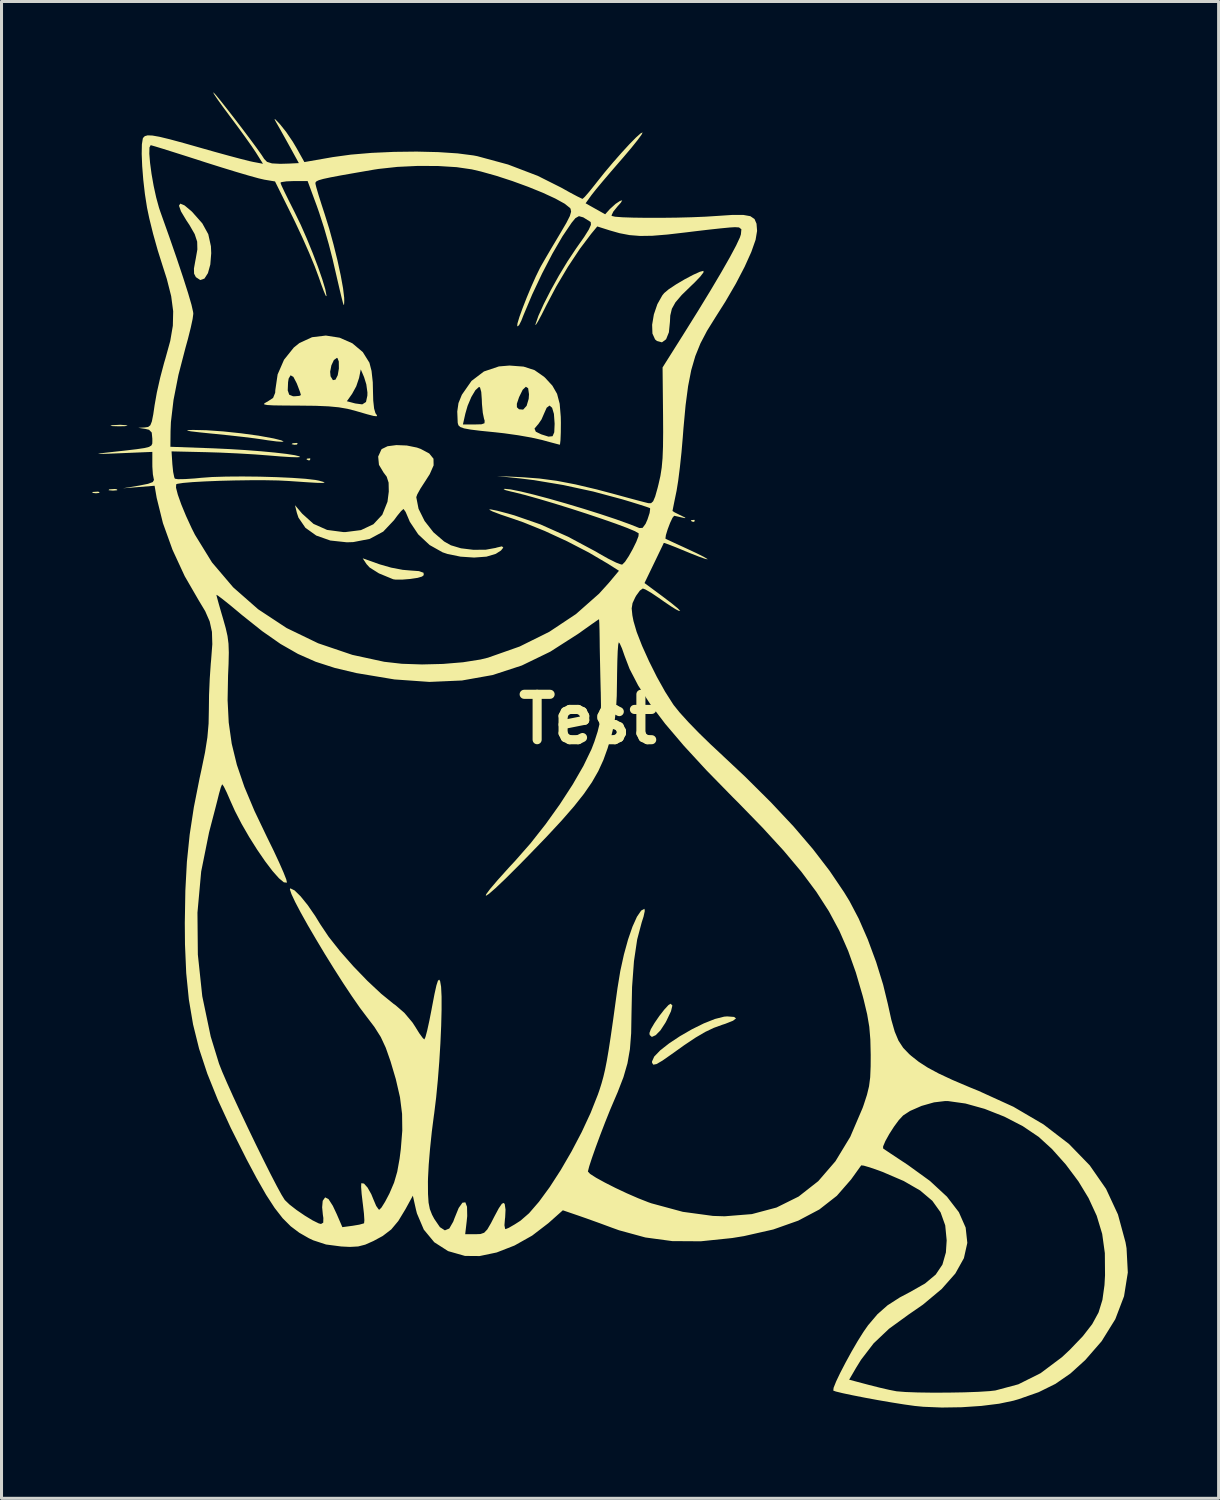
<source format=kicad_pcb>
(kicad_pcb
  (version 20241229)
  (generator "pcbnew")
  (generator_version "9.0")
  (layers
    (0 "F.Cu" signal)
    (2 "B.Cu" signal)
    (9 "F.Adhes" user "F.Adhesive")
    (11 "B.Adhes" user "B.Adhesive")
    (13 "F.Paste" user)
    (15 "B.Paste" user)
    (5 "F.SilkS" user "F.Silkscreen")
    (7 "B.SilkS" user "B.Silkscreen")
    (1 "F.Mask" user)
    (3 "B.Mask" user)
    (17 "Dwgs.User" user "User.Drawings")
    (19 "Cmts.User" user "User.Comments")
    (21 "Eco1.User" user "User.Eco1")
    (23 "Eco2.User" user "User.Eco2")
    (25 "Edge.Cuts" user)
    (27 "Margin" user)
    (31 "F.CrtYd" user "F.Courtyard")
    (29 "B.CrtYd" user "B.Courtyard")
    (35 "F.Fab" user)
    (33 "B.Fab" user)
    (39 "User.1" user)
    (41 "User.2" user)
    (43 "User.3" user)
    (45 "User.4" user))
  (footprint "Test"
    (layer "F.Cu")
    (at 16.376 20.712)
    (property "Reference" "Test" (at 0 0 0) (layer "F.SilkS") (effects (font (size 1.5 1.5) (thickness 0.3))))
    (attr board_only exclude_from_pos_files exclude_from_bom)
    (fp_poly (pts (xy -16.15 -7.507) (xy -16.14 -7.476) (xy -16.256 -7.464) (xy -16.376 -7.477) (xy -16.362 -7.507) (xy -16.188 -7.518)) (stroke (width 0) (type solid)) (fill yes) (layer "F.SilkS"))
    (fp_poly (pts (xy -9.59 -9.11) (xy -9.616 -9.072) (xy -9.701 -9.066) (xy -9.792 -9.087) (xy -9.753 -9.117) (xy -9.62 -9.127)) (stroke (width 0) (type solid)) (fill yes) (layer "F.SilkS"))
    (fp_poly (pts (xy -9.172 -8.608) (xy -9.184 -8.557) (xy -9.229 -8.551) (xy -9.298 -8.582) (xy -9.285 -8.608) (xy -9.185 -8.618)) (stroke (width 0) (type solid)) (fill yes) (layer "F.SilkS"))
    (fp_poly (pts (xy 3.528 -6.576) (xy 3.516 -6.525) (xy 3.471 -6.519) (xy 3.402 -6.55) (xy 3.415 -6.576) (xy 3.515 -6.586)) (stroke (width 0) (type solid)) (fill yes) (layer "F.SilkS"))
    (fp_poly (pts (xy -15.556 -7.591) (xy -15.553 -7.563) (xy -15.686 -7.552) (xy -15.706 -7.552) (xy -15.837 -7.564) (xy -15.824 -7.59) (xy -15.81 -7.594) (xy -15.625 -7.606)) (stroke (width 0) (type solid)) (fill yes) (layer "F.SilkS"))
    (fp_poly (pts (xy -15.261 -9.713) (xy -15.209 -9.694) (xy -15.305 -9.681) (xy -15.494 -9.677) (xy -15.703 -9.683) (xy -15.781 -9.696) (xy -15.727 -9.713) (xy -15.453 -9.727)) (stroke (width 0) (type solid)) (fill yes) (layer "F.SilkS"))
    (fp_poly (pts (xy 2.79 9.461) (xy 2.744 9.651) (xy 2.593 9.969) (xy 2.559 10.032) (xy 2.396 10.281) (xy 2.239 10.441) (xy 2.112 10.499) (xy 2.04 10.436) (xy 2.032 10.37) (xy 2.079 10.241) (xy 2.2 10.038) (xy 2.359 9.806) (xy 2.525 9.593) (xy 2.663 9.444) (xy 2.731 9.402)) (stroke (width 0) (type solid)) (fill yes) (layer "F.SilkS"))
    (fp_poly (pts (xy -6.875 -5.114) (xy -6.502 -5.007) (xy -6.119 -4.934) (xy -5.863 -4.912) (xy -5.584 -4.892) (xy -5.432 -4.838) (xy -5.425 -4.759) (xy -5.482 -4.712) (xy -5.628 -4.669) (xy -5.87 -4.633) (xy -6.137 -4.611) (xy -6.356 -4.611) (xy -6.435 -4.623) (xy -6.905 -4.817) (xy -7.212 -5.01) (xy -7.317 -5.125) (xy -7.442 -5.315)) (stroke (width 0) (type solid)) (fill yes) (layer "F.SilkS"))
    (fp_poly (pts (xy -12.606 -9.547) (xy -12.052 -9.508) (xy -11.457 -9.445) (xy -10.885 -9.367) (xy -10.396 -9.278) (xy -10.372 -9.273) (xy -10.136 -9.214) (xy -10.054 -9.177) (xy -10.11 -9.165) (xy -10.291 -9.177) (xy -10.582 -9.215) (xy -10.753 -9.242) (xy -11.014 -9.279) (xy -11.395 -9.326) (xy -11.849 -9.377) (xy -12.327 -9.426) (xy -12.404 -9.433) (xy -12.845 -9.478) (xy -13.123 -9.511) (xy -13.245 -9.535) (xy -13.216 -9.55) (xy -13.056 -9.557)) (stroke (width 0) (type solid)) (fill yes) (layer "F.SilkS"))
    (fp_poly (pts (xy -13.332 -16.977) (xy -13.1 -16.783) (xy -13.074 -16.757) (xy -12.742 -16.382) (xy -12.544 -16.022) (xy -12.457 -15.626) (xy -12.447 -15.397) (xy -12.477 -15.023) (xy -12.556 -14.737) (xy -12.671 -14.558) (xy -12.809 -14.509) (xy -12.954 -14.605) (xy -13.013 -14.719) (xy -13.018 -14.888) (xy -12.969 -15.162) (xy -12.961 -15.2) (xy -12.905 -15.52) (xy -12.911 -15.777) (xy -12.993 -16.027) (xy -13.165 -16.326) (xy -13.269 -16.482) (xy -13.446 -16.778) (xy -13.512 -16.965) (xy -13.471 -17.034)) (stroke (width 0) (type solid)) (fill yes) (layer "F.SilkS"))
    (fp_poly (pts (xy 4.828 9.838) (xy 4.893 9.886) (xy 4.795 9.963) (xy 4.536 10.066) (xy 4.442 10.096) (xy 4.159 10.199) (xy 3.877 10.333) (xy 3.563 10.517) (xy 3.181 10.772) (xy 2.764 11.07) (xy 2.461 11.282) (xy 2.267 11.395) (xy 2.16 11.416) (xy 2.119 11.353) (xy 2.117 11.31) (xy 2.19 11.148) (xy 2.39 10.941) (xy 2.685 10.71) (xy 3.044 10.472) (xy 3.436 10.246) (xy 3.83 10.051) (xy 4.195 9.906) (xy 4.5 9.829) (xy 4.599 9.821)) (stroke (width 0) (type solid)) (fill yes) (layer "F.SilkS"))
    (fp_poly (pts (xy 3.816 -14.759) (xy 3.708 -14.619) (xy 3.516 -14.419) (xy 3.418 -14.326) (xy 3.1 -14.017) (xy 2.892 -13.774) (xy 2.773 -13.56) (xy 2.72 -13.337) (xy 2.709 -13.123) (xy 2.675 -12.782) (xy 2.582 -12.552) (xy 2.445 -12.451) (xy 2.279 -12.496) (xy 2.218 -12.548) (xy 2.131 -12.741) (xy 2.121 -13.032) (xy 2.178 -13.372) (xy 2.294 -13.712) (xy 2.458 -14.003) (xy 2.52 -14.079) (xy 2.671 -14.206) (xy 2.913 -14.366) (xy 3.196 -14.533) (xy 3.475 -14.681) (xy 3.701 -14.783) (xy 3.818 -14.813)) (stroke (width 0) (type solid)) (fill yes) (layer "F.SilkS"))
    (fp_poly (pts (xy -5.985 -9.042) (xy -5.651 -8.974) (xy -5.525 -8.929) (xy -5.244 -8.779) (xy -5.103 -8.606) (xy -5.099 -8.386) (xy -5.227 -8.095) (xy -5.376 -7.862) (xy -5.533 -7.62) (xy -5.64 -7.426) (xy -5.672 -7.335) (xy -5.597 -6.951) (xy -5.397 -6.548) (xy -5.104 -6.174) (xy -4.751 -5.871) (xy -4.53 -5.746) (xy -4.196 -5.646) (xy -3.786 -5.596) (xy -3.376 -5.599) (xy -3.041 -5.66) (xy -3.011 -5.671) (xy -2.841 -5.71) (xy -2.797 -5.668) (xy -2.873 -5.573) (xy -3.044 -5.463) (xy -3.353 -5.37) (xy -3.762 -5.34) (xy -4.211 -5.37) (xy -4.643 -5.459) (xy -4.803 -5.513) (xy -5.231 -5.754) (xy -5.608 -6.107) (xy -5.884 -6.52) (xy -5.944 -6.662) (xy -6.024 -6.848) (xy -6.089 -6.94) (xy -6.097 -6.943) (xy -6.17 -6.879) (xy -6.303 -6.717) (xy -6.408 -6.574) (xy -6.764 -6.197) (xy -7.209 -5.957) (xy -7.753 -5.851) (xy -7.964 -5.844) (xy -8.513 -5.903) (xy -8.977 -6.067) (xy -9.335 -6.323) (xy -9.565 -6.66) (xy -9.617 -6.816) (xy -9.679 -7.07) (xy -9.443 -6.791) (xy -9.068 -6.453) (xy -8.619 -6.253) (xy -8.074 -6.181) (xy -8.017 -6.181) (xy -7.499 -6.247) (xy -7.089 -6.44) (xy -6.795 -6.754) (xy -6.623 -7.184) (xy -6.58 -7.52) (xy -6.586 -7.815) (xy -6.65 -8.013) (xy -6.752 -8.148) (xy -6.905 -8.404) (xy -6.931 -8.676) (xy -6.826 -8.908) (xy -6.81 -8.926) (xy -6.621 -9.018) (xy -6.327 -9.056)) (stroke (width 0) (type solid)) (fill yes) (layer "F.SilkS"))
    (fp_poly (pts (xy -8.204 -12.604) (xy -7.784 -12.419) (xy -7.439 -12.129) (xy -7.22 -11.778) (xy -7.15 -11.507) (xy -7.109 -11.131) (xy -7.103 -10.85) (xy -7.094 -10.526) (xy -7.065 -10.263) (xy -7.021 -10.111) (xy -7.016 -10.104) (xy -6.968 -10.037) (xy -6.982 -10.008) (xy -7.083 -10.019) (xy -7.294 -10.074) (xy -7.642 -10.175) (xy -7.662 -10.181) (xy -7.943 -10.254) (xy -8.232 -10.304) (xy -8.57 -10.336) (xy -8.997 -10.354) (xy -9.554 -10.36) (xy -9.556 -10.36) (xy -10.046 -10.363) (xy -10.387 -10.368) (xy -10.596 -10.38) (xy -10.694 -10.399) (xy -10.699 -10.428) (xy -10.631 -10.471) (xy -10.593 -10.489) (xy -10.569 -10.505) (xy -7.965 -10.505) (xy -7.687 -10.431) (xy -7.457 -10.401) (xy -7.333 -10.48) (xy -7.288 -10.691) (xy -7.286 -10.795) (xy -7.323 -11.064) (xy -7.397 -11.303) (xy -7.506 -11.557) (xy -7.562 -11.275) (xy -7.655 -10.999) (xy -7.792 -10.749) (xy -7.965 -10.505) (xy -10.569 -10.505) (xy -10.403 -10.614) (xy -10.334 -10.784) (xy -10.33 -10.862) (xy -9.919 -10.862) (xy -9.87 -10.72) (xy -9.745 -10.67) (xy -9.694 -10.668) (xy -9.535 -10.682) (xy -9.483 -10.709) (xy -9.511 -10.805) (xy -9.584 -11) (xy -9.621 -11.095) (xy -9.732 -11.309) (xy -9.825 -11.362) (xy -9.889 -11.253) (xy -9.908 -11.134) (xy -9.919 -10.862) (xy -10.33 -10.862) (xy -10.329 -10.874) (xy -10.253 -11.391) (xy -10.214 -11.48) (xy -8.518 -11.48) (xy -8.504 -11.329) (xy -8.426 -11.201) (xy -8.34 -11.219) (xy -8.267 -11.364) (xy -8.229 -11.585) (xy -8.232 -11.819) (xy -8.277 -11.933) (xy -8.295 -11.938) (xy -8.395 -11.865) (xy -8.477 -11.69) (xy -8.518 -11.48) (xy -10.214 -11.48) (xy -10.042 -11.875) (xy -9.719 -12.278) (xy -9.533 -12.428) (xy -9.116 -12.62) (xy -8.66 -12.675)) (stroke (width 0) (type solid)) (fill yes) (layer "F.SilkS"))
    (fp_poly (pts (xy -2.126 -11.649) (xy -1.764 -11.532) (xy -1.45 -11.313) (xy -1.411 -11.276) (xy -1.174 -11.018) (xy -1.02 -10.749) (xy -0.934 -10.422) (xy -0.898 -9.992) (xy -0.894 -9.8) (xy -0.897 -9.471) (xy -0.907 -9.219) (xy -0.923 -9.082) (xy -0.931 -9.068) (xy -1.028 -9.093) (xy -1.243 -9.15) (xy -1.529 -9.228) (xy -1.539 -9.23) (xy -1.868 -9.304) (xy -2.3 -9.38) (xy -2.769 -9.446) (xy -3.063 -9.479) (xy -3.54 -9.527) (xy -3.875 -9.568) (xy -4.056 -9.601) (xy -1.766 -9.601) (xy -1.722 -9.498) (xy -1.545 -9.412) (xy -1.303 -9.335) (xy -1.169 -9.349) (xy -1.113 -9.478) (xy -1.101 -9.748) (xy -1.101 -9.769) (xy -1.124 -10.087) (xy -1.184 -10.289) (xy -1.268 -10.362) (xy -1.363 -10.291) (xy -1.436 -10.128) (xy -1.534 -9.903) (xy -1.644 -9.743) (xy -1.655 -9.733) (xy -1.766 -9.601) (xy -4.056 -9.601) (xy -4.093 -9.608) (xy -4.219 -9.653) (xy -4.28 -9.711) (xy -4.287 -9.737) (xy -4.131 -9.737) (xy -3.749 -9.737) (xy -3.517 -9.743) (xy -3.418 -9.778) (xy -3.413 -9.863) (xy -3.434 -9.927) (xy -3.474 -10.122) (xy -3.501 -10.405) (xy -3.502 -10.42) (xy -2.349 -10.42) (xy -2.347 -10.306) (xy -2.279 -10.239) (xy -2.141 -10.228) (xy -2.026 -10.353) (xy -1.958 -10.583) (xy -1.947 -10.734) (xy -1.976 -10.935) (xy -2.051 -10.983) (xy -2.156 -10.884) (xy -2.274 -10.643) (xy -2.278 -10.633) (xy -2.349 -10.42) (xy -3.502 -10.42) (xy -3.507 -10.562) (xy -3.525 -10.812) (xy -3.565 -10.958) (xy -3.598 -10.979) (xy -3.719 -10.869) (xy -3.853 -10.644) (xy -3.976 -10.353) (xy -4.05 -10.097) (xy -4.131 -9.737) (xy -4.287 -9.737) (xy -4.302 -9.787) (xy -4.303 -9.801) (xy -4.318 -10.165) (xy -4.278 -10.443) (xy -4.17 -10.709) (xy -4.163 -10.723) (xy -3.847 -11.176) (xy -3.437 -11.488) (xy -2.942 -11.655) (xy -2.592 -11.684)) (stroke (width 0) (type solid)) (fill yes) (layer "F.SilkS"))
    (fp_poly (pts (xy -12.376 -20.71) (xy -12.297 -20.627) (xy -12.139 -20.435) (xy -11.926 -20.165) (xy -11.677 -19.845) (xy -11.417 -19.504) (xy -11.166 -19.171) (xy -10.947 -18.874) (xy -10.782 -18.642) (xy -10.695 -18.508) (xy -10.604 -18.414) (xy -10.439 -18.363) (xy -10.165 -18.349) (xy -9.877 -18.357) (xy -9.552 -18.373) (xy -9.856 -18.926) (xy -10.027 -19.234) (xy -10.184 -19.514) (xy -10.294 -19.707) (xy -10.296 -19.709) (xy -10.357 -19.824) (xy -10.331 -19.82) (xy -10.208 -19.693) (xy -10.163 -19.643) (xy -9.969 -19.399) (xy -9.757 -19.087) (xy -9.632 -18.877) (xy -9.369 -18.407) (xy -8.431 -18.571) (xy -7.833 -18.653) (xy -7.145 -18.711) (xy -6.407 -18.744) (xy -5.66 -18.753) (xy -4.946 -18.736) (xy -4.306 -18.694) (xy -3.78 -18.626) (xy -3.656 -18.602) (xy -2.639 -18.326) (xy -1.659 -17.952) (xy -0.888 -17.565) (xy -0.59 -17.399) (xy -0.349 -17.271) (xy -0.202 -17.2) (xy -0.176 -17.192) (xy -0.105 -17.257) (xy 0.04 -17.424) (xy 0.231 -17.662) (xy 0.284 -17.73) (xy 0.543 -18.055) (xy 0.825 -18.39) (xy 1.108 -18.712) (xy 1.369 -18.996) (xy 1.588 -19.219) (xy 1.742 -19.356) (xy 1.807 -19.387) (xy 1.771 -19.311) (xy 1.64 -19.133) (xy 1.434 -18.876) (xy 1.171 -18.565) (xy 1.064 -18.442) (xy 0.762 -18.093) (xy 0.486 -17.769) (xy 0.263 -17.501) (xy 0.12 -17.32) (xy 0.1 -17.293) (xy -0.077 -17.045) (xy 0.246 -16.863) (xy 0.569 -16.682) (xy 0.728 -16.858) (xy 0.913 -17.026) (xy 1.057 -17.121) (xy 1.133 -17.144) (xy 1.088 -17.066) (xy 0.98 -16.945) (xy 0.84 -16.773) (xy 0.781 -16.651) (xy 0.786 -16.627) (xy 0.894 -16.602) (xy 1.141 -16.583) (xy 1.498 -16.571) (xy 1.935 -16.565) (xy 2.423 -16.565) (xy 2.931 -16.571) (xy 3.43 -16.584) (xy 3.89 -16.603) (xy 4.28 -16.628) (xy 4.778 -16.661) (xy 5.132 -16.661) (xy 5.366 -16.619) (xy 5.504 -16.525) (xy 5.57 -16.372) (xy 5.588 -16.148) (xy 5.588 -16.128) (xy 5.539 -15.838) (xy 5.398 -15.437) (xy 5.177 -14.947) (xy 4.888 -14.392) (xy 4.541 -13.796) (xy 4.205 -13.266) (xy 3.935 -12.832) (xy 3.718 -12.418) (xy 3.547 -11.995) (xy 3.413 -11.533) (xy 3.309 -11.001) (xy 3.226 -10.37) (xy 3.156 -9.609) (xy 3.134 -9.32) (xy 3.091 -8.82) (xy 3.038 -8.322) (xy 2.982 -7.878) (xy 2.928 -7.542) (xy 2.919 -7.5) (xy 2.858 -7.205) (xy 2.814 -6.984) (xy 2.794 -6.882) (xy 2.794 -6.879) (xy 2.862 -6.834) (xy 3.03 -6.75) (xy 3.069 -6.732) (xy 3.217 -6.658) (xy 3.211 -6.641) (xy 3.133 -6.657) (xy 2.945 -6.7) (xy 2.849 -6.72) (xy 2.794 -6.654) (xy 2.715 -6.486) (xy 2.635 -6.275) (xy 2.576 -6.083) (xy 2.56 -5.969) (xy 2.565 -5.961) (xy 2.644 -5.922) (xy 2.843 -5.829) (xy 3.124 -5.7) (xy 3.282 -5.627) (xy 3.586 -5.485) (xy 3.817 -5.369) (xy 3.941 -5.296) (xy 3.954 -5.28) (xy 3.869 -5.299) (xy 3.665 -5.371) (xy 3.378 -5.484) (xy 3.221 -5.549) (xy 2.91 -5.677) (xy 2.667 -5.772) (xy 2.527 -5.821) (xy 2.506 -5.823) (xy 2.468 -5.741) (xy 2.373 -5.544) (xy 2.24 -5.267) (xy 2.183 -5.149) (xy 1.869 -4.498) (xy 2.459 -4.061) (xy 2.771 -3.824) (xy 2.97 -3.66) (xy 3.049 -3.577) (xy 2.999 -3.581) (xy 2.9 -3.631) (xy 2.753 -3.723) (xy 2.525 -3.877) (xy 2.329 -4.015) (xy 2.09 -4.175) (xy 1.9 -4.285) (xy 1.813 -4.318) (xy 1.717 -4.25) (xy 1.594 -4.081) (xy 1.562 -4.024) (xy 1.474 -3.835) (xy 1.445 -3.66) (xy 1.468 -3.431) (xy 1.505 -3.241) (xy 1.61 -2.881) (xy 1.788 -2.425) (xy 2.018 -1.915) (xy 2.278 -1.395) (xy 2.549 -0.909) (xy 2.809 -0.501) (xy 2.835 -0.463) (xy 3.031 -0.22) (xy 3.321 0.1) (xy 3.672 0.461) (xy 4.049 0.828) (xy 4.205 0.973) (xy 5.193 1.9) (xy 6.05 2.752) (xy 6.793 3.544) (xy 7.433 4.292) (xy 7.985 5.011) (xy 8.462 5.717) (xy 8.642 6.011) (xy 8.945 6.588) (xy 9.246 7.277) (xy 9.522 8.023) (xy 9.753 8.77) (xy 9.907 9.402) (xy 10.024 9.931) (xy 10.137 10.327) (xy 10.262 10.624) (xy 10.415 10.858) (xy 10.611 11.063) (xy 10.678 11.122) (xy 10.934 11.324) (xy 11.229 11.514) (xy 11.59 11.708) (xy 12.044 11.92) (xy 12.62 12.165) (xy 12.908 12.282) (xy 14.059 12.807) (xy 15.053 13.39) (xy 15.892 14.034) (xy 16.58 14.743) (xy 17.119 15.519) (xy 17.512 16.365) (xy 17.762 17.285) (xy 17.796 17.479) (xy 17.838 18.283) (xy 17.713 19.067) (xy 17.424 19.826) (xy 16.972 20.554) (xy 16.432 21.175) (xy 15.944 21.618) (xy 15.447 21.962) (xy 14.893 22.236) (xy 14.231 22.468) (xy 14.055 22.519) (xy 13.583 22.618) (xy 12.996 22.691) (xy 12.348 22.734) (xy 11.693 22.744) (xy 11.082 22.719) (xy 10.795 22.691) (xy 10.446 22.642) (xy 10.033 22.576) (xy 9.59 22.5) (xy 9.151 22.419) (xy 8.749 22.34) (xy 8.418 22.27) (xy 8.192 22.215) (xy 8.106 22.184) (xy 8.117 22.091) (xy 8.199 21.886) (xy 8.228 21.824) (xy 8.631 21.824) (xy 9.29 21.999) (xy 9.639 22.087) (xy 9.955 22.16) (xy 10.18 22.204) (xy 10.202 22.208) (xy 10.489 22.231) (xy 10.899 22.246) (xy 11.389 22.253) (xy 11.917 22.251) (xy 12.436 22.242) (xy 12.905 22.225) (xy 13.279 22.201) (xy 13.462 22.18) (xy 14.22 21.977) (xy 14.956 21.609) (xy 15.663 21.079) (xy 15.921 20.837) (xy 16.352 20.387) (xy 16.661 19.989) (xy 16.871 19.603) (xy 16.999 19.187) (xy 17.067 18.699) (xy 17.085 18.373) (xy 17.079 17.642) (xy 16.991 17.006) (xy 16.81 16.407) (xy 16.54 15.822) (xy 16.207 15.273) (xy 15.789 14.714) (xy 15.332 14.202) (xy 14.892 13.801) (xy 14.366 13.446) (xy 13.755 13.131) (xy 13.108 12.876) (xy 12.474 12.699) (xy 11.902 12.619) (xy 11.805 12.617) (xy 11.435 12.661) (xy 11.023 12.778) (xy 10.644 12.944) (xy 10.414 13.094) (xy 10.274 13.244) (xy 10.112 13.464) (xy 9.954 13.711) (xy 9.826 13.942) (xy 9.753 14.115) (xy 9.752 14.183) (xy 9.83 14.237) (xy 10.019 14.364) (xy 10.291 14.544) (xy 10.569 14.728) (xy 11.3 15.257) (xy 11.862 15.777) (xy 12.256 16.29) (xy 12.48 16.798) (xy 12.535 17.304) (xy 12.422 17.809) (xy 12.139 18.316) (xy 11.688 18.827) (xy 11.068 19.345) (xy 10.583 19.68) (xy 9.947 20.142) (xy 9.439 20.624) (xy 9.022 21.168) (xy 8.859 21.432) (xy 8.631 21.824) (xy 8.228 21.824) (xy 8.336 21.598) (xy 8.512 21.259) (xy 8.708 20.9) (xy 8.91 20.553) (xy 9.101 20.248) (xy 9.253 20.03) (xy 9.566 19.661) (xy 9.899 19.367) (xy 10.307 19.105) (xy 10.638 18.93) (xy 11.138 18.646) (xy 11.49 18.352) (xy 11.713 18.02) (xy 11.827 17.621) (xy 11.853 17.221) (xy 11.805 16.725) (xy 11.651 16.294) (xy 11.379 15.914) (xy 10.977 15.573) (xy 10.433 15.259) (xy 9.734 14.959) (xy 9.586 14.904) (xy 9.314 14.81) (xy 9.115 14.752) (xy 9.03 14.742) (xy 8.972 14.822) (xy 8.844 15) (xy 8.695 15.208) (xy 8.224 15.748) (xy 7.646 16.2) (xy 6.949 16.569) (xy 6.123 16.861) (xy 5.155 17.08) (xy 4.763 17.144) (xy 3.728 17.251) (xy 2.786 17.245) (xy 1.898 17.125) (xy 1.027 16.887) (xy 0.77 16.794) (xy 0.383 16.651) (xy -0.037 16.5) (xy -0.309 16.405) (xy -0.829 16.227) (xy -1.308 16.653) (xy -1.844 17.064) (xy -2.426 17.391) (xy -3.016 17.621) (xy -3.58 17.739) (xy -4.062 17.735) (xy -4.62 17.576) (xy -5.077 17.283) (xy -5.423 16.865) (xy -5.65 16.331) (xy -5.682 16.205) (xy -5.785 15.744) (xy -6.028 16.188) (xy -6.265 16.58) (xy -6.499 16.86) (xy -6.781 17.076) (xy -7.088 17.242) (xy -7.358 17.362) (xy -7.592 17.422) (xy -7.862 17.437) (xy -8.151 17.423) (xy -8.654 17.357) (xy -9.081 17.217) (xy -9.221 17.15) (xy -9.537 16.969) (xy -9.82 16.756) (xy -10.086 16.49) (xy -10.351 16.15) (xy -10.633 15.716) (xy -10.948 15.164) (xy -11.273 14.554) (xy -11.798 13.511) (xy -12.23 12.574) (xy -12.577 11.711) (xy -12.847 10.892) (xy -13.047 10.086) (xy -13.186 9.263) (xy -13.273 8.392) (xy -13.314 7.443) (xy -13.32 6.731) (xy -13.314 6.393) (xy -12.902 6.393) (xy -12.889 7.778) (xy -12.743 9.154) (xy -12.464 10.487) (xy -12.189 11.383) (xy -12.085 11.647) (xy -11.925 12.017) (xy -11.722 12.468) (xy -11.487 12.974) (xy -11.234 13.508) (xy -10.975 14.046) (xy -10.721 14.562) (xy -10.487 15.029) (xy -10.283 15.422) (xy -10.124 15.714) (xy -10.02 15.881) (xy -10.013 15.89) (xy -9.859 16.038) (xy -9.624 16.22) (xy -9.354 16.404) (xy -9.096 16.561) (xy -8.895 16.66) (xy -8.819 16.679) (xy -8.746 16.635) (xy -8.742 16.48) (xy -8.758 16.379) (xy -8.782 16.127) (xy -8.764 15.92) (xy -8.76 15.909) (xy -8.683 15.8) (xy -8.572 15.857) (xy -8.429 16.08) (xy -8.3 16.354) (xy -8.114 16.784) (xy -7.776 16.739) (xy -7.552 16.701) (xy -7.412 16.662) (xy -7.396 16.653) (xy -7.387 16.555) (xy -7.401 16.335) (xy -7.435 16.037) (xy -7.441 15.992) (xy -7.477 15.687) (xy -7.494 15.454) (xy -7.489 15.337) (xy -7.487 15.332) (xy -7.4 15.344) (xy -7.281 15.477) (xy -7.158 15.696) (xy -7.085 15.875) (xy -6.997 16.082) (xy -6.915 16.198) (xy -6.892 16.208) (xy -6.82 16.134) (xy -6.703 15.946) (xy -6.564 15.682) (xy -6.551 15.654) (xy -6.405 15.312) (xy -6.301 14.954) (xy -6.223 14.52) (xy -6.183 14.205) (xy -6.134 13.594) (xy -6.141 13.041) (xy -6.21 12.492) (xy -6.348 11.893) (xy -6.524 11.301) (xy -6.68 10.856) (xy -6.844 10.503) (xy -7.055 10.169) (xy -7.303 9.843) (xy -7.533 9.538) (xy -7.799 9.155) (xy -8.09 8.717) (xy -8.393 8.242) (xy -8.697 7.752) (xy -8.988 7.266) (xy -9.257 6.806) (xy -9.489 6.391) (xy -9.673 6.042) (xy -9.796 5.779) (xy -9.848 5.623) (xy -9.834 5.588) (xy -9.693 5.658) (xy -9.495 5.852) (xy -9.259 6.144) (xy -9.009 6.507) (xy -8.846 6.773) (xy -8.569 7.187) (xy -8.193 7.663) (xy -7.754 8.162) (xy -7.288 8.645) (xy -6.832 9.072) (xy -6.423 9.405) (xy -6.35 9.457) (xy -6.064 9.705) (xy -5.798 10.022) (xy -5.715 10.149) (xy -5.571 10.38) (xy -5.456 10.537) (xy -5.405 10.582) (xy -5.369 10.504) (xy -5.312 10.291) (xy -5.242 9.973) (xy -5.165 9.582) (xy -5.154 9.521) (xy -5.07 9.082) (xy -5.006 8.795) (xy -4.956 8.642) (xy -4.915 8.606) (xy -4.885 8.653) (xy -4.852 8.84) (xy -4.836 9.168) (xy -4.836 9.608) (xy -4.849 10.132) (xy -4.875 10.712) (xy -4.912 11.319) (xy -4.96 11.927) (xy -5.016 12.506) (xy -5.08 13.029) (xy -5.088 13.081) (xy -5.158 13.625) (xy -5.217 14.192) (xy -5.261 14.723) (xy -5.284 15.163) (xy -5.287 15.282) (xy -5.284 15.689) (xy -5.266 15.974) (xy -5.224 16.186) (xy -5.151 16.373) (xy -5.078 16.51) (xy -4.891 16.784) (xy -4.727 16.89) (xy -4.581 16.829) (xy -4.45 16.601) (xy -4.41 16.492) (xy -4.271 16.151) (xy -4.147 15.976) (xy -4.051 15.964) (xy -3.995 16.111) (xy -3.989 16.416) (xy -4.007 16.6) (xy -4.056 17.018) (xy -3.723 17.018) (xy -3.55 17.011) (xy -3.429 16.969) (xy -3.325 16.86) (xy -3.204 16.652) (xy -3.099 16.447) (xy -2.945 16.159) (xy -2.843 16.01) (xy -2.778 15.984) (xy -2.749 16.026) (xy -2.723 16.206) (xy -2.735 16.458) (xy -2.742 16.513) (xy -2.759 16.722) (xy -2.736 16.84) (xy -2.72 16.849) (xy -2.613 16.805) (xy -2.416 16.691) (xy -2.232 16.573) (xy -1.946 16.325) (xy -1.617 15.944) (xy -1.262 15.459) (xy -0.898 14.896) (xy -0.541 14.281) (xy -0.206 13.643) (xy 0.089 13.008) (xy 0.329 12.402) (xy 0.38 12.255) (xy 0.449 12.037) (xy 0.51 11.817) (xy 0.567 11.574) (xy 0.624 11.285) (xy 0.685 10.927) (xy 0.754 10.478) (xy 0.835 9.915) (xy 0.931 9.215) (xy 0.976 8.89) (xy 1.069 8.321) (xy 1.189 7.776) (xy 1.326 7.279) (xy 1.472 6.855) (xy 1.619 6.529) (xy 1.759 6.324) (xy 1.867 6.265) (xy 1.878 6.337) (xy 1.838 6.522) (xy 1.776 6.716) (xy 1.627 7.278) (xy 1.521 7.993) (xy 1.458 8.85) (xy 1.439 9.738) (xy 1.428 10.379) (xy 1.387 10.906) (xy 1.306 11.37) (xy 1.174 11.827) (xy 0.981 12.327) (xy 0.879 12.564) (xy 0.731 12.912) (xy 0.57 13.314) (xy 0.408 13.735) (xy 0.258 14.141) (xy 0.132 14.499) (xy 0.042 14.775) (xy 0.001 14.935) (xy 0.000025 14.949) (xy 0.073 15.026) (xy 0.27 15.152) (xy 0.559 15.311) (xy 0.908 15.488) (xy 1.286 15.666) (xy 1.66 15.829) (xy 1.998 15.962) (xy 2.098 15.997) (xy 3.136 16.278) (xy 4.131 16.413) (xy 4.517 16.425) (xy 5.416 16.353) (xy 6.23 16.136) (xy 6.961 15.773) (xy 7.61 15.264) (xy 8.178 14.606) (xy 8.667 13.8) (xy 9.076 12.844) (xy 9.112 12.742) (xy 9.219 12.413) (xy 9.288 12.128) (xy 9.326 11.833) (xy 9.341 11.469) (xy 9.343 11.091) (xy 9.331 10.586) (xy 9.296 10.165) (xy 9.226 9.752) (xy 9.112 9.273) (xy 9.078 9.144) (xy 8.852 8.37) (xy 8.599 7.659) (xy 8.306 6.99) (xy 7.959 6.345) (xy 7.545 5.702) (xy 7.051 5.041) (xy 6.465 4.343) (xy 5.772 3.587) (xy 4.96 2.752) (xy 4.789 2.582) (xy 3.914 1.687) (xy 3.171 0.88) (xy 2.552 0.152) (xy 2.052 -0.508) (xy 1.662 -1.109) (xy 1.377 -1.658) (xy 1.211 -2.091) (xy 1.125 -2.337) (xy 1.052 -2.5) (xy 1.019 -2.54) (xy 1 -2.46) (xy 0.983 -2.241) (xy 0.971 -1.913) (xy 0.963 -1.506) (xy 0.961 -1.333) (xy 0.952 -0.768) (xy 0.928 -0.325) (xy 0.884 0.043) (xy 0.815 0.382) (xy 0.776 0.537) (xy 0.65 0.962) (xy 0.51 1.35) (xy 0.342 1.717) (xy 0.132 2.083) (xy -0.131 2.465) (xy -0.461 2.882) (xy -0.87 3.351) (xy -1.372 3.892) (xy -1.98 4.521) (xy -2.279 4.826) (xy -2.722 5.268) (xy -3.054 5.583) (xy -3.272 5.773) (xy -3.375 5.839) (xy -3.362 5.784) (xy -3.231 5.608) (xy -2.981 5.314) (xy -2.61 4.902) (xy -2.408 4.685) (xy -1.901 4.108) (xy -1.401 3.474) (xy -0.929 2.814) (xy -0.504 2.159) (xy -0.148 1.542) (xy 0.117 0.993) (xy 0.215 0.738) (xy 0.32 0.412) (xy 0.386 0.142) (xy 0.421 -0.128) (xy 0.431 -0.451) (xy 0.424 -0.884) (xy 0.422 -0.931) (xy 0.41 -1.413) (xy 0.399 -1.921) (xy 0.39 -2.379) (xy 0.388 -2.604) (xy 0.383 -2.924) (xy 0.376 -3.166) (xy 0.368 -3.293) (xy 0.365 -3.302) (xy 0.294 -3.256) (xy 0.116 -3.132) (xy -0.137 -2.952) (xy -0.312 -2.827) (xy -1.244 -2.23) (xy -2.184 -1.774) (xy -3.151 -1.458) (xy -4.163 -1.278) (xy -5.237 -1.231) (xy -6.392 -1.313) (xy -7.645 -1.522) (xy -7.65 -1.523) (xy -8.364 -1.693) (xy -8.995 -1.897) (xy -9.581 -2.156) (xy -10.158 -2.486) (xy -10.762 -2.908) (xy -11.43 -3.44) (xy -11.536 -3.529) (xy -11.827 -3.771) (xy -12.065 -3.961) (xy -12.223 -4.08) (xy -12.277 -4.11) (xy -12.254 -4.015) (xy -12.194 -3.796) (xy -12.107 -3.493) (xy -12.057 -3.324) (xy -11.968 -3.008) (xy -11.909 -2.747) (xy -11.876 -2.494) (xy -11.866 -2.202) (xy -11.874 -1.825) (xy -11.891 -1.439) (xy -11.906 -0.628) (xy -11.869 0.11) (xy -11.77 0.811) (xy -11.6 1.508) (xy -11.352 2.236) (xy -11.018 3.031) (xy -10.614 3.877) (xy -10.391 4.332) (xy -10.202 4.737) (xy -10.058 5.065) (xy -9.968 5.294) (xy -9.945 5.398) (xy -9.946 5.401) (xy -10.047 5.391) (xy -10.211 5.255) (xy -10.424 5.014) (xy -10.669 4.691) (xy -10.931 4.309) (xy -11.195 3.89) (xy -11.445 3.456) (xy -11.664 3.032) (xy -11.818 2.689) (xy -11.936 2.418) (xy -12.03 2.227) (xy -12.084 2.152) (xy -12.087 2.153) (xy -12.129 2.251) (xy -12.184 2.444) (xy -12.191 2.47) (xy -12.239 2.663) (xy -12.319 2.976) (xy -12.42 3.362) (xy -12.518 3.739) (xy -12.779 5.035) (xy -12.902 6.393) (xy -13.314 6.393) (xy -13.302 5.667) (xy -13.251 4.714) (xy -13.159 3.814) (xy -13.021 2.909) (xy -12.83 1.944) (xy -12.775 1.693) (xy -12.652 1.098) (xy -12.574 0.603) (xy -12.534 0.148) (xy -12.525 -0.31) (xy -12.519 -0.798) (xy -12.496 -1.338) (xy -12.462 -1.833) (xy -12.45 -1.961) (xy -12.411 -2.479) (xy -12.423 -2.885) (xy -12.498 -3.23) (xy -12.646 -3.569) (xy -12.856 -3.918) (xy -13.323 -4.725) (xy -13.726 -5.596) (xy -14.042 -6.476) (xy -14.249 -7.311) (xy -14.263 -7.391) (xy -14.318 -7.712) (xy -14.842 -7.67) (xy -15.367 -7.628) (xy -14.832 -7.717) (xy -14.535 -7.776) (xy -14.379 -7.834) (xy -14.338 -7.904) (xy -14.345 -7.931) (xy -14.375 -8.09) (xy -14.392 -8.339) (xy -14.393 -8.444) (xy -14.393 -8.831) (xy -15.431 -8.788) (xy -15.841 -8.771) (xy -16.09 -8.764) (xy -16.187 -8.766) (xy -16.139 -8.778) (xy -15.954 -8.802) (xy -15.79 -8.82) (xy -15.275 -8.877) (xy -14.904 -8.921) (xy -14.654 -8.958) (xy -14.502 -8.996) (xy -14.423 -9.044) (xy -14.394 -9.108) (xy -14.392 -9.196) (xy -14.393 -9.271) (xy -14.413 -9.471) (xy -14.502 -9.562) (xy -14.626 -9.591) (xy -14.859 -9.627) (xy -14.639 -9.639) (xy -14.531 -9.655) (xy -14.459 -9.71) (xy -14.408 -9.838) (xy -14.362 -10.071) (xy -14.318 -10.372) (xy -14.244 -10.791) (xy -14.133 -11.284) (xy -14.006 -11.765) (xy -13.961 -11.917) (xy -13.801 -12.496) (xy -13.715 -13) (xy -13.704 -13.478) (xy -13.77 -13.977) (xy -13.914 -14.545) (xy -14.058 -14.995) (xy -14.215 -15.493) (xy -14.367 -16.035) (xy -14.494 -16.549) (xy -14.568 -16.901) (xy -14.638 -17.35) (xy -14.692 -17.82) (xy -14.728 -18.274) (xy -14.744 -18.676) (xy -14.744 -18.682) (xy -14.493 -18.682) (xy -14.468 -18.379) (xy -14.419 -18.015) (xy -14.35 -17.623) (xy -14.266 -17.239) (xy -14.172 -16.896) (xy -14.129 -16.768) (xy -13.835 -15.942) (xy -13.581 -15.209) (xy -13.372 -14.582) (xy -13.21 -14.073) (xy -13.099 -13.692) (xy -13.045 -13.453) (xy -13.039 -13.396) (xy -13.062 -13.221) (xy -13.125 -12.929) (xy -13.216 -12.565) (xy -13.296 -12.277) (xy -13.53 -11.375) (xy -13.693 -10.545) (xy -13.779 -9.817) (xy -13.791 -9.517) (xy -13.796 -9) (xy -12.38 -8.949) (xy -11.846 -8.924) (xy -11.312 -8.891) (xy -10.804 -8.852) (xy -10.347 -8.809) (xy -9.966 -8.765) (xy -9.686 -8.722) (xy -9.533 -8.684) (xy -9.515 -8.66) (xy -9.609 -8.653) (xy -9.836 -8.66) (xy -10.162 -8.681) (xy -10.512 -8.71) (xy -10.995 -8.747) (xy -11.571 -8.781) (xy -12.16 -8.808) (xy -12.615 -8.822) (xy -13.758 -8.848) (xy -13.731 -8.424) (xy -13.705 -8.169) (xy -13.668 -7.99) (xy -13.647 -7.945) (xy -13.543 -7.929) (xy -13.31 -7.933) (xy -12.99 -7.954) (xy -12.785 -7.974) (xy -12.418 -8.001) (xy -11.949 -8.015) (xy -11.414 -8.019) (xy -10.848 -8.013) (xy -10.288 -7.997) (xy -9.77 -7.973) (xy -9.33 -7.942) (xy -9.004 -7.904) (xy -8.89 -7.882) (xy -8.744 -7.841) (xy -8.698 -7.816) (xy -8.765 -7.805) (xy -8.959 -7.809) (xy -9.291 -7.829) (xy -9.777 -7.862) (xy -9.878 -7.869) (xy -10.23 -7.887) (xy -10.666 -7.895) (xy -11.155 -7.895) (xy -11.669 -7.888) (xy -12.177 -7.875) (xy -12.65 -7.856) (xy -13.058 -7.833) (xy -13.373 -7.806) (xy -13.563 -7.777) (xy -13.605 -7.76) (xy -13.61 -7.647) (xy -13.55 -7.415) (xy -13.436 -7.094) (xy -13.279 -6.714) (xy -13.092 -6.307) (xy -12.986 -6.096) (xy -12.422 -5.18) (xy -11.721 -4.356) (xy -10.896 -3.631) (xy -9.957 -3.012) (xy -8.915 -2.508) (xy -7.782 -2.124) (xy -6.731 -1.896) (xy -6.147 -1.83) (xy -5.483 -1.808) (xy -4.792 -1.825) (xy -4.13 -1.88) (xy -3.551 -1.971) (xy -3.302 -2.032) (xy -2.255 -2.401) (xy -1.278 -2.886) (xy -0.395 -3.473) (xy 0.367 -4.146) (xy 0.683 -4.495) (xy 1.025 -4.903) (xy 0.661 -5.135) (xy 0.033 -5.504) (xy -0.685 -5.876) (xy -1.428 -6.219) (xy -2.134 -6.504) (xy -2.454 -6.616) (xy -2.887 -6.762) (xy -3.157 -6.865) (xy -3.266 -6.923) (xy -3.213 -6.931) (xy -3 -6.888) (xy -2.628 -6.79) (xy -2.429 -6.733) (xy -1.572 -6.436) (xy -0.657 -6.028) (xy 0.268 -5.533) (xy 0.373 -5.47) (xy 0.677 -5.299) (xy 0.931 -5.173) (xy 1.097 -5.111) (xy 1.135 -5.109) (xy 1.225 -5.199) (xy 1.349 -5.386) (xy 1.481 -5.622) (xy 1.597 -5.858) (xy 1.67 -6.047) (xy 1.677 -6.14) (xy 1.551 -6.212) (xy 1.29 -6.321) (xy 0.919 -6.459) (xy 0.467 -6.617) (xy -0.039 -6.787) (xy -0.573 -6.96) (xy -1.108 -7.126) (xy -1.616 -7.277) (xy -2.071 -7.405) (xy -2.445 -7.499) (xy -2.54 -7.52) (xy -2.727 -7.568) (xy -2.787 -7.602) (xy -2.752 -7.611) (xy -2.553 -7.591) (xy -2.222 -7.524) (xy -1.789 -7.419) (xy -1.28 -7.284) (xy -0.726 -7.126) (xy -0.153 -6.954) (xy 0.409 -6.777) (xy 0.931 -6.603) (xy 1.387 -6.439) (xy 1.7 -6.315) (xy 1.806 -6.321) (xy 1.905 -6.455) (xy 1.968 -6.6) (xy 2.038 -6.814) (xy 2.056 -6.953) (xy 2.046 -6.975) (xy 1.946 -7.012) (xy 1.72 -7.085) (xy 1.404 -7.183) (xy 1.131 -7.265) (xy 0.177 -7.521) (xy -0.819 -7.737) (xy -1.782 -7.898) (xy -2.244 -7.955) (xy -3.006 -8.034) (xy -2.181 -7.995) (xy -1.608 -7.952) (xy -1.032 -7.876) (xy -0.412 -7.757) (xy 0.294 -7.59) (xy 0.889 -7.432) (xy 1.279 -7.325) (xy 1.622 -7.233) (xy 1.877 -7.166) (xy 1.994 -7.137) (xy 2.085 -7.136) (xy 2.155 -7.199) (xy 2.222 -7.357) (xy 2.302 -7.641) (xy 2.332 -7.762) (xy 2.394 -8.034) (xy 2.437 -8.309) (xy 2.465 -8.619) (xy 2.48 -8.999) (xy 2.485 -9.484) (xy 2.482 -10.023) (xy 2.466 -11.622) (xy 3.166 -12.733) (xy 3.636 -13.486) (xy 4.051 -14.166) (xy 4.404 -14.762) (xy 4.688 -15.26) (xy 4.896 -15.649) (xy 5.021 -15.917) (xy 5.054 -16.018) (xy 5.07 -16.187) (xy 4.992 -16.248) (xy 4.855 -16.256) (xy 4.689 -16.246) (xy 4.389 -16.217) (xy 3.992 -16.174) (xy 3.533 -16.12) (xy 3.257 -16.086) (xy 2.629 -16.013) (xy 2.13 -15.972) (xy 1.724 -15.966) (xy 1.375 -15.994) (xy 1.045 -16.057) (xy 0.725 -16.148) (xy 0.308 -16.28) (xy 0.106 -16.035) (xy -0.268 -15.539) (xy -0.664 -14.942) (xy -1.045 -14.3) (xy -1.37 -13.684) (xy -1.529 -13.367) (xy -1.651 -13.14) (xy -1.724 -13.024) (xy -1.736 -13.039) (xy -1.636 -13.328) (xy -1.459 -13.719) (xy -1.228 -14.172) (xy -0.962 -14.651) (xy -0.681 -15.116) (xy -0.407 -15.529) (xy -0.373 -15.578) (xy -0.124 -15.932) (xy 0.029 -16.177) (xy 0.098 -16.331) (xy 0.094 -16.417) (xy 0.074 -16.438) (xy -0.154 -16.58) (xy -0.298 -16.62) (xy -0.414 -16.554) (xy -0.537 -16.405) (xy -0.841 -15.954) (xy -1.174 -15.381) (xy -1.514 -14.727) (xy -1.842 -14.032) (xy -2.135 -13.336) (xy -2.202 -13.164) (xy -2.278 -13.014) (xy -2.337 -12.977) (xy -2.338 -12.978) (xy -2.329 -13.073) (xy -2.265 -13.288) (xy -2.157 -13.586) (xy -2.022 -13.932) (xy -1.872 -14.291) (xy -1.721 -14.629) (xy -1.584 -14.909) (xy -1.542 -14.986) (xy -1.399 -15.234) (xy -1.203 -15.569) (xy -0.987 -15.931) (xy -0.907 -16.065) (xy -0.711 -16.4) (xy -0.597 -16.625) (xy -0.556 -16.769) (xy -0.574 -16.864) (xy -0.594 -16.892) (xy -0.77 -17.032) (xy -1.08 -17.203) (xy -1.491 -17.393) (xy -1.974 -17.589) (xy -2.497 -17.78) (xy -3.028 -17.953) (xy -3.538 -18.096) (xy -3.837 -18.166) (xy -4.339 -18.239) (xy -4.952 -18.277) (xy -5.622 -18.28) (xy -6.294 -18.248) (xy -6.915 -18.181) (xy -7.07 -18.157) (xy -7.689 -18.05) (xy -8.161 -17.967) (xy -8.505 -17.902) (xy -8.742 -17.851) (xy -8.89 -17.809) (xy -8.97 -17.771) (xy -9.002 -17.732) (xy -9.004 -17.691) (xy -8.973 -17.564) (xy -8.9 -17.315) (xy -8.795 -16.983) (xy -8.696 -16.679) (xy -8.548 -16.203) (xy -8.406 -15.683) (xy -8.276 -15.158) (xy -8.169 -14.665) (xy -8.092 -14.242) (xy -8.054 -13.926) (xy -8.052 -13.827) (xy -8.055 -13.74) (xy -8.06 -13.688) (xy -8.071 -13.687) (xy -8.095 -13.757) (xy -8.136 -13.915) (xy -8.2 -14.18) (xy -8.291 -14.571) (xy -8.415 -15.105) (xy -8.436 -15.198) (xy -8.563 -15.693) (xy -8.72 -16.238) (xy -8.884 -16.746) (xy -8.957 -16.954) (xy -9.262 -17.78) (xy -9.711 -17.78) (xy -9.961 -17.77) (xy -10.124 -17.746) (xy -10.16 -17.724) (xy -10.124 -17.631) (xy -10.024 -17.418) (xy -9.876 -17.118) (xy -9.696 -16.76) (xy -9.685 -16.738) (xy -9.49 -16.335) (xy -9.29 -15.88) (xy -9.096 -15.406) (xy -8.921 -14.947) (xy -8.778 -14.536) (xy -8.679 -14.207) (xy -8.638 -13.993) (xy -8.638 -13.975) (xy -8.663 -13.991) (xy -8.728 -14.141) (xy -8.823 -14.398) (xy -8.895 -14.605) (xy -9.028 -14.963) (xy -9.217 -15.42) (xy -9.44 -15.924) (xy -9.674 -16.423) (xy -9.744 -16.567) (xy -10.339 -17.767) (xy -10.694 -17.826) (xy -10.883 -17.87) (xy -11.201 -17.958) (xy -11.619 -18.081) (xy -12.105 -18.23) (xy -12.629 -18.395) (xy -12.721 -18.425) (xy -13.224 -18.587) (xy -13.672 -18.729) (xy -14.04 -18.845) (xy -14.303 -18.925) (xy -14.437 -18.963) (xy -14.448 -18.965) (xy -14.488 -18.889) (xy -14.493 -18.682) (xy -14.744 -18.682) (xy -14.738 -18.992) (xy -14.708 -19.184) (xy -14.696 -19.209) (xy -14.641 -19.264) (xy -14.546 -19.29) (xy -14.391 -19.284) (xy -14.154 -19.242) (xy -13.816 -19.16) (xy -13.354 -19.035) (xy -12.837 -18.888) (xy -12.343 -18.748) (xy -11.882 -18.621) (xy -11.489 -18.516) (xy -11.197 -18.442) (xy -11.062 -18.412) (xy -10.737 -18.351) (xy -10.97 -18.722) (xy -11.115 -18.938) (xy -11.333 -19.246) (xy -11.593 -19.603) (xy -11.838 -19.931) (xy -12.069 -20.242) (xy -12.247 -20.491) (xy -12.357 -20.656) (xy -12.381 -20.712)) (stroke (width 0) (type solid)) (fill yes) (layer "F.SilkS")))
  (gr_rect
    (start -3 -3)
    (end 37.214 46.456)
    (stroke (width 0.1) (type default))
    (fill no)
    (layer "Edge.Cuts")))
</source>
